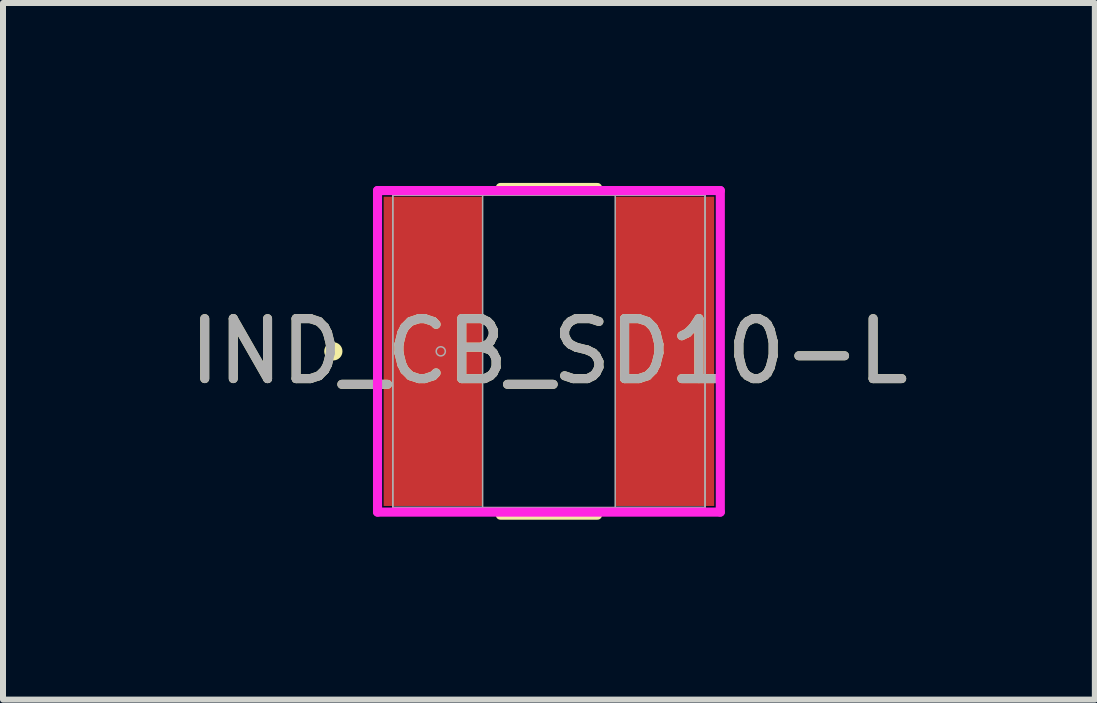
<source format=kicad_pcb>
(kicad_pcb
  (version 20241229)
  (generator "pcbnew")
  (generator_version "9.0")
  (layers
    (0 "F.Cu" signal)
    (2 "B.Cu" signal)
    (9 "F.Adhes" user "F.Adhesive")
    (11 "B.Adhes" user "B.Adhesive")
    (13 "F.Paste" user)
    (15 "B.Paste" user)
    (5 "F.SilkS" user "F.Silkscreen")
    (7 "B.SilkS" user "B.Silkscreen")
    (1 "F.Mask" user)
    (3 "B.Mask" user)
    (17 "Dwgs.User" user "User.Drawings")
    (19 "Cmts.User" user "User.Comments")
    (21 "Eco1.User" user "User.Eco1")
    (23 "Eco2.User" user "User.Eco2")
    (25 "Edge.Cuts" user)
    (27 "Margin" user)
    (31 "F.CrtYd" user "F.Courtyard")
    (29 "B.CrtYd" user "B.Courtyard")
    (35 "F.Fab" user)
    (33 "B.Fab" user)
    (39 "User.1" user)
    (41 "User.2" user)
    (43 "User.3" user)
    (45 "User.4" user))
  (footprint "IND_CB_SD10-L"
    (layer "F.Cu")
    (at 6.101 2.807)
    (property "Reference" "IND_CB_SD10-L" (at 0 0 0) (unlocked yes) (layer "F.SilkS") (effects (font (size 1 1) (thickness 0.15))))
    (attr smd)
    (fp_line (start -0.809 2.731) (end 0.809 2.731) (stroke (width 0.152) (type solid)) (layer "F.SilkS"))
    (fp_line (start 0.809 -2.731) (end -0.809 -2.731) (stroke (width 0.152) (type solid)) (layer "F.SilkS"))
    (fp_circle (center -3.594 0) (end -3.518 0) (stroke (width 0.152) (type solid)) (fill no) (layer "F.SilkS"))
    (fp_line (start -2.857 -2.68) (end 2.857 -2.68) (stroke (width 0.152) (type solid)) (layer "F.CrtYd"))
    (fp_line (start -2.857 2.68) (end -2.857 -2.68) (stroke (width 0.152) (type solid)) (layer "F.CrtYd"))
    (fp_line (start 2.857 -2.68) (end 2.857 2.68) (stroke (width 0.152) (type solid)) (layer "F.CrtYd"))
    (fp_line (start 2.857 2.68) (end -2.857 2.68) (stroke (width 0.152) (type solid)) (layer "F.CrtYd"))
    (fp_line (start -2.603 -2.603) (end -2.603 2.603) (stroke (width 0.025) (type solid)) (layer "F.Fab"))
    (fp_line (start -2.603 -2.603) (end -2.603 2.603) (stroke (width 0.025) (type solid)) (layer "F.Fab"))
    (fp_line (start -2.603 2.603) (end -1.105 2.603) (stroke (width 0.025) (type solid)) (layer "F.Fab"))
    (fp_line (start -2.603 2.603) (end 2.603 2.603) (stroke (width 0.025) (type solid)) (layer "F.Fab"))
    (fp_line (start -1.105 -2.603) (end -2.603 -2.603) (stroke (width 0.025) (type solid)) (layer "F.Fab"))
    (fp_line (start -1.105 2.603) (end -1.105 -2.603) (stroke (width 0.025) (type solid)) (layer "F.Fab"))
    (fp_line (start 1.105 -2.603) (end 1.105 2.603) (stroke (width 0.025) (type solid)) (layer "F.Fab"))
    (fp_line (start 1.105 2.603) (end 2.603 2.603) (stroke (width 0.025) (type solid)) (layer "F.Fab"))
    (fp_line (start 2.603 -2.603) (end -2.603 -2.603) (stroke (width 0.025) (type solid)) (layer "F.Fab"))
    (fp_line (start 2.603 -2.603) (end 1.105 -2.603) (stroke (width 0.025) (type solid)) (layer "F.Fab"))
    (fp_line (start 2.603 2.603) (end 2.603 -2.603) (stroke (width 0.025) (type solid)) (layer "F.Fab"))
    (fp_line (start 2.603 2.603) (end 2.603 -2.603) (stroke (width 0.025) (type solid)) (layer "F.Fab"))
    (fp_circle (center -1.803 0) (end -1.727 0) (stroke (width 0.025) (type solid)) (fill no) (layer "F.Fab"))
    (fp_text user "${REFERENCE}" (at 0 0 0) (unlocked yes) (layer "F.Fab") (effects (font (size 1 1) (thickness 0.15))))
    (pad "1" smd rect (at -1.93 0) (size 1.651 5.156) (layers "F.Cu" "F.Mask" "F.Paste"))
    (pad "2" smd rect (at 1.93 0) (size 1.651 5.156) (layers "F.Cu" "F.Mask" "F.Paste"))
    (zone (net_name "") (layer "F.Cu") (hatch full 0.508) (connect_pads) (min_thickness 0.254) (filled_areas_thickness no) (keepout (tracks not_allowed) (vias not_allowed) (pads allowed) (copperpour not_allowed) (footprints allowed)) (placement (enabled no)) (fill) (polygon (pts (xy 5.047 0.254) (xy 7.155 0.254) (xy 7.155 5.359) (xy 5.047 5.359)))))
  (gr_rect
    (start -3 -3)
    (end 15.202 8.613)
    (stroke (width 0.1) (type default))
    (fill no)
    (layer "Edge.Cuts")))
</source>
